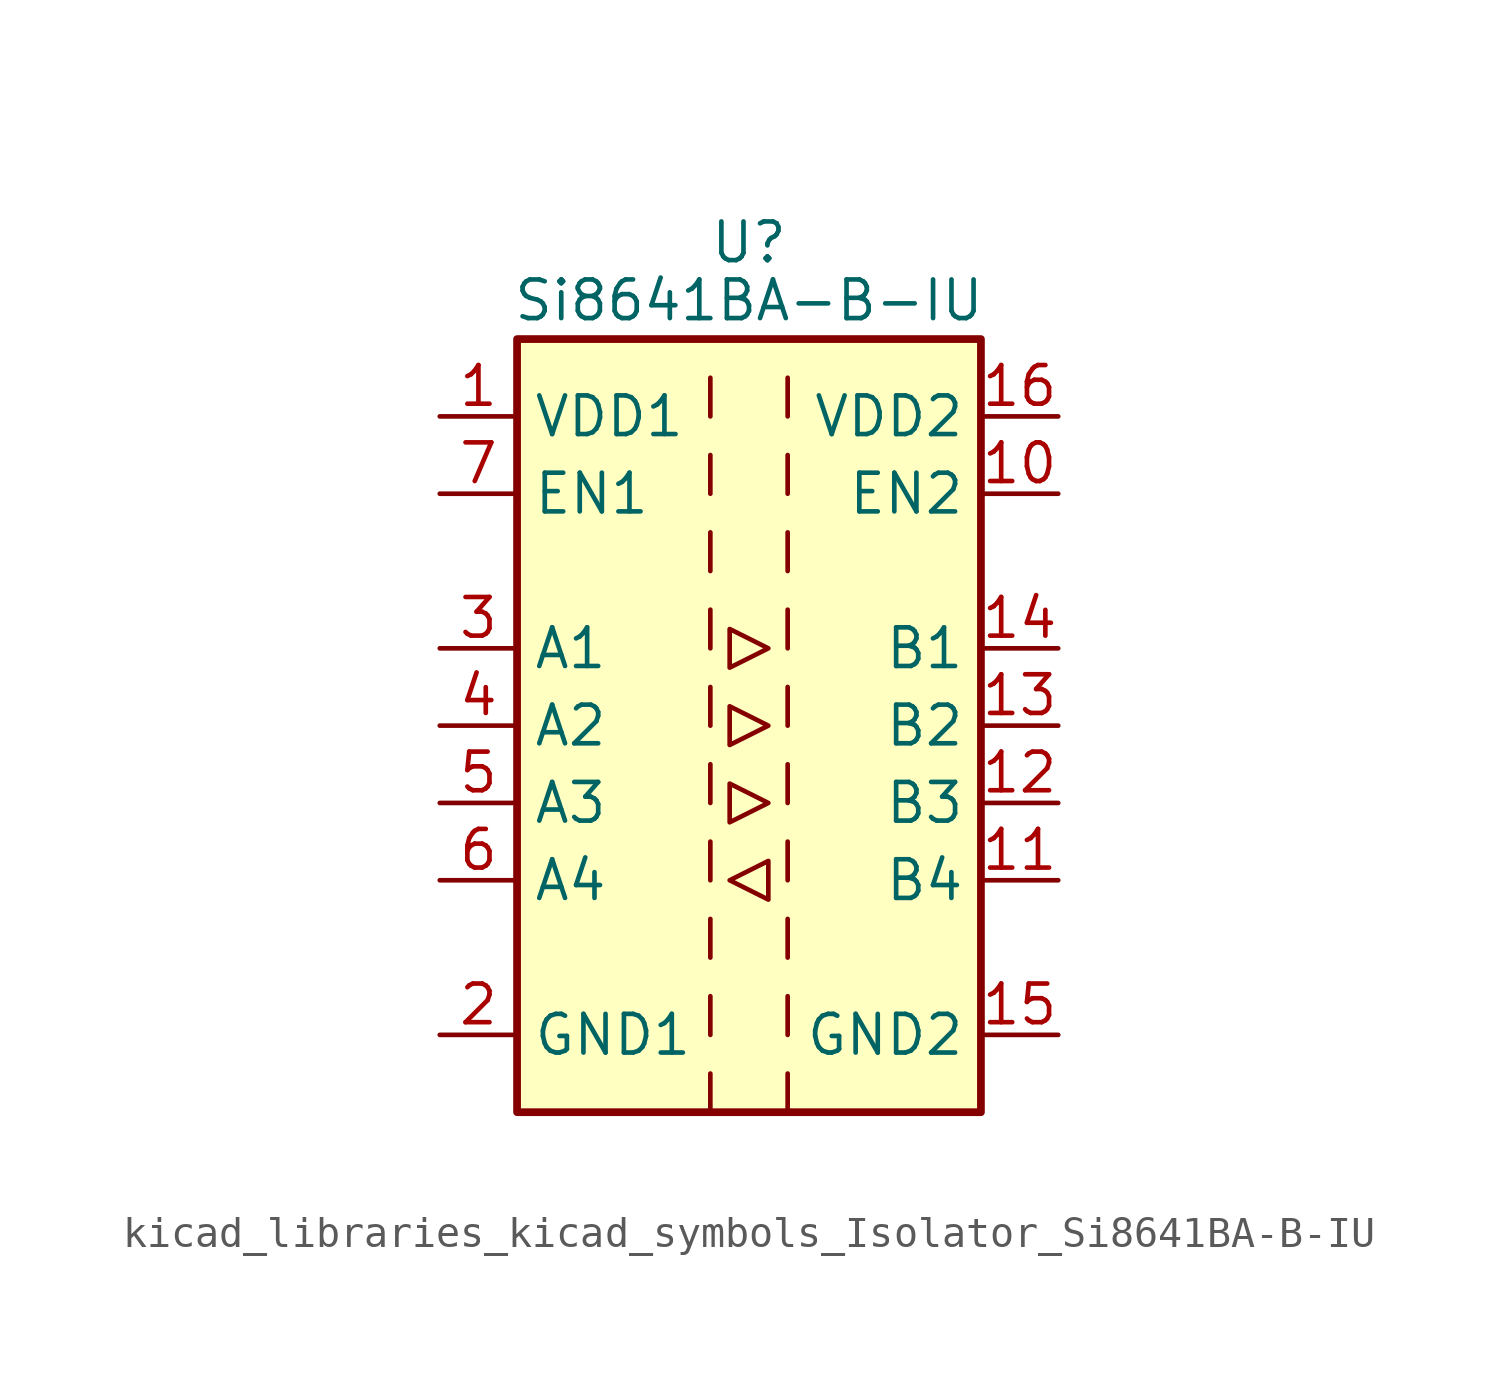
<source format=kicad_sym>
(kicad_symbol_lib
  (version 20220914)
  (generator kicad_symbol_editor)
  (symbol "kicad_libraries_kicad_symbols_Isolator_Si8641BA-B-IU"
    (property "Reference" "U"
      (at 0 15.875 0)
      (effects (font (size 1.27 1.27))))
    (property "Value" "Si8641BA-B-IU"
      (at 0 13.97 0)
      (effects (font (size 1.27 1.27))))
    (symbol "kicad_libraries_kicad_symbols_Isolator_Si8641BA-B-IU_0_1"
      (rectangle (start -7.62 12.7) (end 7.62 -12.7) (stroke (width 0.254) (type default)) (fill (type background)))
      (polyline (pts (xy -1.27 -11.43) (xy -1.27 -12.7)) (stroke (width 0) (type default)) (fill (type none)))
      (polyline (pts (xy -1.27 -8.89) (xy -1.27 -10.16)) (stroke (width 0) (type default)) (fill (type none)))
      (polyline (pts (xy -1.27 -6.35) (xy -1.27 -7.62)) (stroke (width 0) (type default)) (fill (type none)))
      (polyline (pts (xy -1.27 -3.81) (xy -1.27 -5.08)) (stroke (width 0) (type default)) (fill (type none)))
      (polyline (pts (xy -1.27 -1.27) (xy -1.27 -2.54)) (stroke (width 0) (type default)) (fill (type none)))
      (polyline (pts (xy -1.27 1.27) (xy -1.27 0)) (stroke (width 0) (type default)) (fill (type none)))
      (polyline (pts (xy -1.27 3.81) (xy -1.27 2.54)) (stroke (width 0) (type default)) (fill (type none)))
      (polyline (pts (xy -1.27 6.35) (xy -1.27 5.08)) (stroke (width 0) (type default)) (fill (type none)))
      (polyline (pts (xy -1.27 8.89) (xy -1.27 7.62)) (stroke (width 0) (type default)) (fill (type none)))
      (polyline (pts (xy -1.27 11.43) (xy -1.27 10.16)) (stroke (width 0) (type default)) (fill (type none)))
      (polyline (pts (xy 1.27 -11.43) (xy 1.27 -12.7)) (stroke (width 0) (type default)) (fill (type none)))
      (polyline (pts (xy 1.27 -8.89) (xy 1.27 -10.16)) (stroke (width 0) (type default)) (fill (type none)))
      (polyline (pts (xy 1.27 -6.35) (xy 1.27 -7.62)) (stroke (width 0) (type default)) (fill (type none)))
      (polyline (pts (xy 1.27 -3.81) (xy 1.27 -5.08)) (stroke (width 0) (type default)) (fill (type none)))
      (polyline (pts (xy 1.27 -1.27) (xy 1.27 -2.54)) (stroke (width 0) (type default)) (fill (type none)))
      (polyline (pts (xy 1.27 1.27) (xy 1.27 0)) (stroke (width 0) (type default)) (fill (type none)))
      (polyline (pts (xy 1.27 3.81) (xy 1.27 2.54)) (stroke (width 0) (type default)) (fill (type none)))
      (polyline (pts (xy 1.27 6.35) (xy 1.27 5.08)) (stroke (width 0) (type default)) (fill (type none)))
      (polyline (pts (xy 1.27 8.89) (xy 1.27 7.62)) (stroke (width 0) (type default)) (fill (type none)))
      (polyline (pts (xy 1.27 11.43) (xy 1.27 10.16)) (stroke (width 0) (type default)) (fill (type none)))
      (polyline (pts (xy -0.635 -5.08) (xy 0.635 -4.445) (xy 0.635 -5.715) (xy -0.635 -5.08)) (stroke (width 0) (type default)) (fill (type none)))
      (polyline (pts (xy -0.635 0.635) (xy -0.635 -0.635) (xy 0.635 0) (xy -0.635 0.635)) (stroke (width 0) (type default)) (fill (type none)))
      (polyline (pts (xy -0.635 3.175) (xy -0.635 1.905) (xy 0.635 2.54) (xy -0.635 3.175)) (stroke (width 0) (type default)) (fill (type none)))
      (polyline (pts (xy 0.635 -2.54) (xy -0.635 -1.905) (xy -0.635 -3.175) (xy 0.635 -2.54)) (stroke (width 0) (type default)) (fill (type none))))
    (symbol "kicad_libraries_kicad_symbols_Isolator_Si8641BA-B-IU_1_1"
      (pin power_in line (at -10.16 10.16 0) (length 2.54) (name "VDD1" (effects (font (size 1.27 1.27)))) (number "1" (effects (font (size 1.27 1.27)))))
      (pin input line (at 10.16 7.62 180) (length 2.54) (name "EN2" (effects (font (size 1.27 1.27)))) (number "10" (effects (font (size 1.27 1.27)))))
      (pin input line (at 10.16 -5.08 180) (length 2.54) (name "B4" (effects (font (size 1.27 1.27)))) (number "11" (effects (font (size 1.27 1.27)))))
      (pin output line (at 10.16 -2.54 180) (length 2.54) (name "B3" (effects (font (size 1.27 1.27)))) (number "12" (effects (font (size 1.27 1.27)))))
      (pin output line (at 10.16 0 180) (length 2.54) (name "B2" (effects (font (size 1.27 1.27)))) (number "13" (effects (font (size 1.27 1.27)))))
      (pin output line (at 10.16 2.54 180) (length 2.54) (name "B1" (effects (font (size 1.27 1.27)))) (number "14" (effects (font (size 1.27 1.27)))))
      (pin power_in line (at 10.16 -10.16 180) (length 2.54) (name "GND2" (effects (font (size 1.27 1.27)))) (number "15" (effects (font (size 1.27 1.27)))))
      (pin power_in line (at 10.16 10.16 180) (length 2.54) (name "VDD2" (effects (font (size 1.27 1.27)))) (number "16" (effects (font (size 1.27 1.27)))))
      (pin power_in line (at -10.16 -10.16 0) (length 2.54) (name "GND1" (effects (font (size 1.27 1.27)))) (number "2" (effects (font (size 1.27 1.27)))))
      (pin input line (at -10.16 2.54 0) (length 2.54) (name "A1" (effects (font (size 1.27 1.27)))) (number "3" (effects (font (size 1.27 1.27)))))
      (pin input line (at -10.16 0 0) (length 2.54) (name "A2" (effects (font (size 1.27 1.27)))) (number "4" (effects (font (size 1.27 1.27)))))
      (pin input line (at -10.16 -2.54 0) (length 2.54) (name "A3" (effects (font (size 1.27 1.27)))) (number "5" (effects (font (size 1.27 1.27)))))
      (pin output line (at -10.16 -5.08 0) (length 2.54) (name "A4" (effects (font (size 1.27 1.27)))) (number "6" (effects (font (size 1.27 1.27)))))
      (pin input line (at -10.16 7.62 0) (length 2.54) (name "EN1" (effects (font (size 1.27 1.27)))) (number "7" (effects (font (size 1.27 1.27)))))
      (pin passive line (at -10.16 -10.16 0) (length 2.54) hide (name "GND1" (effects (font (size 1.27 1.27)))) (number "8" (effects (font (size 1.27 1.27)))))
      (pin passive line (at 10.16 -10.16 180) (length 2.54) hide (name "GND2" (effects (font (size 1.27 1.27)))) (number "9" (effects (font (size 1.27 1.27))))))))
</source>
